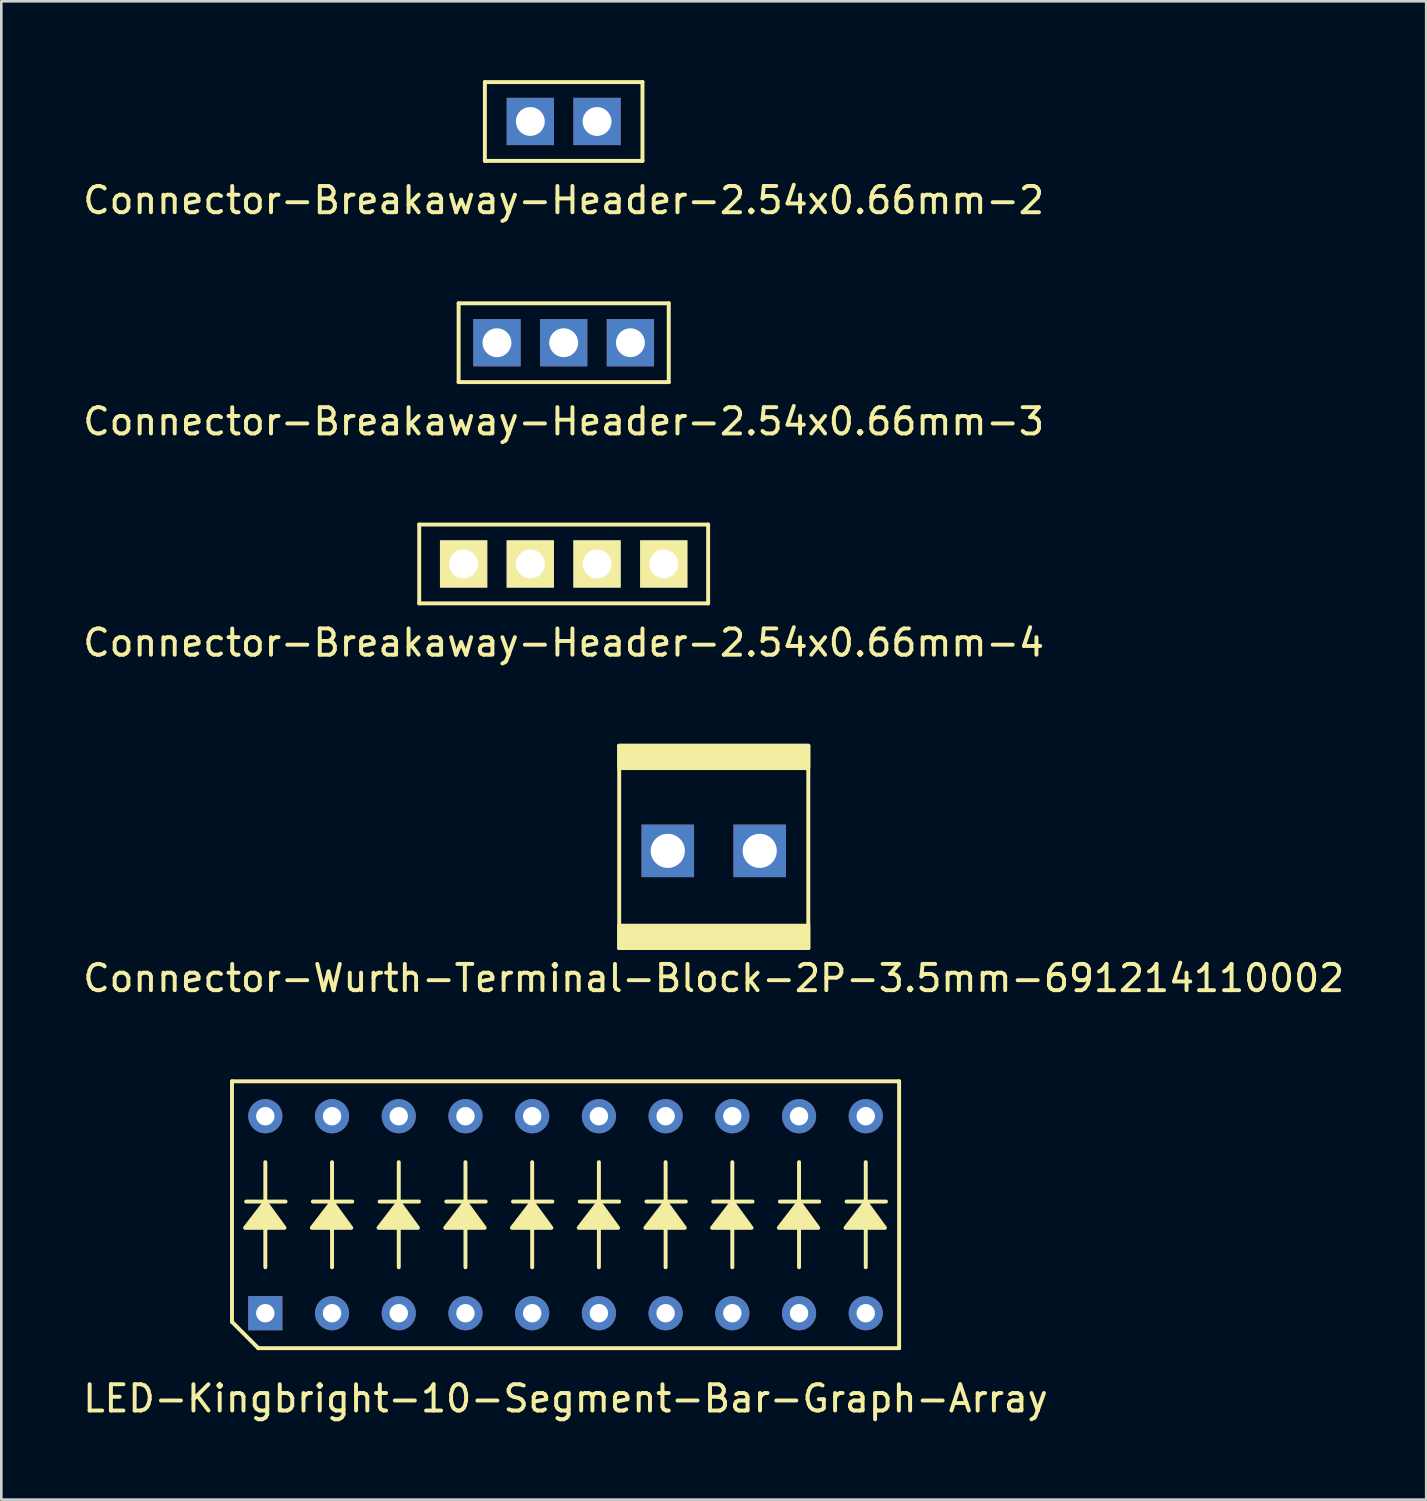
<source format=kicad_pcb>
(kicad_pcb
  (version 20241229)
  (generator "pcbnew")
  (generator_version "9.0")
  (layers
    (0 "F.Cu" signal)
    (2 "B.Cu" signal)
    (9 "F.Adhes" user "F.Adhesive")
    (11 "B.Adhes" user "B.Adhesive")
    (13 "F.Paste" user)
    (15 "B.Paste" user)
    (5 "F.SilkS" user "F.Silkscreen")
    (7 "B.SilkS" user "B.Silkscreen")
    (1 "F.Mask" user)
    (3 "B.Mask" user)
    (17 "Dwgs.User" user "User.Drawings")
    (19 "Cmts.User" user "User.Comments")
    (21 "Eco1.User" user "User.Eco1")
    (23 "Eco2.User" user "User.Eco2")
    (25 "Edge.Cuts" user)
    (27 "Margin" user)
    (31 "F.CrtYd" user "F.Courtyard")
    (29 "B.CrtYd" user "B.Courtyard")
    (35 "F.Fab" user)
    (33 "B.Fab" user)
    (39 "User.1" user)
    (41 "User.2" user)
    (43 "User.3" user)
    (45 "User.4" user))
  (footprint "Connector-Breakaway-Header-2.54x0.66mm-2"
    (layer "F.Cu")
    (at 18.411 1.575)
    (property "Reference" "Connector-Breakaway-Header-2.54x0.66mm-2" (at 0 3 0) (layer "F.SilkS") (effects (font (size 1 1) (thickness 0.15))))
    (attr through_hole)
    (fp_line (start -3 -1.5) (end 3 -1.5) (stroke (width 0.15) (type solid)) (layer "F.SilkS"))
    (fp_line (start -3 1.5) (end -3 -1.5) (stroke (width 0.15) (type solid)) (layer "F.SilkS"))
    (fp_line (start 3 -1.5) (end 3 1.5) (stroke (width 0.15) (type solid)) (layer "F.SilkS"))
    (fp_line (start 3 1.5) (end -3 1.5) (stroke (width 0.15) (type solid)) (layer "F.SilkS"))
    (pad "1" thru_hole rect (at -1.27 0) (size 1.8 1.8) (drill 1.1) (layers "*.Cu" "*.Mask"))
    (pad "2" thru_hole rect (at 1.27 0) (size 1.8 1.8) (drill 1.1) (layers "*.Cu" "*.Mask")))
  (footprint "Connector-Breakaway-Header-2.54x0.66mm-3"
    (layer "F.Cu")
    (at 18.411 9.998)
    (property "Reference" "Connector-Breakaway-Header-2.54x0.66mm-3" (at 0 3 0) (layer "F.SilkS") (effects (font (size 1 1) (thickness 0.15))))
    (attr through_hole)
    (fp_line (start -4 -1.5) (end 4 -1.5) (stroke (width 0.15) (type solid)) (layer "F.SilkS"))
    (fp_line (start -4 1.5) (end -4 -1.5) (stroke (width 0.15) (type solid)) (layer "F.SilkS"))
    (fp_line (start 4 -1.5) (end 4 1.5) (stroke (width 0.15) (type solid)) (layer "F.SilkS"))
    (fp_line (start 4 1.5) (end -4 1.5) (stroke (width 0.15) (type solid)) (layer "F.SilkS"))
    (pad "1" thru_hole rect (at -2.54 0) (size 1.8 1.8) (drill 1.1) (layers "*.Cu" "*.Mask"))
    (pad "2" thru_hole rect (at 0 0) (size 1.8 1.8) (drill 1.1) (layers "*.Cu" "*.Mask"))
    (pad "3" thru_hole rect (at 2.54 0) (size 1.8 1.8) (drill 1.1) (layers "*.Cu" "*.Mask")))
  (footprint "Connector-Wurth-Terminal-Block-2P-3.5mm-691214110002"
    (layer "F.Cu")
    (at 24.125 29.195)
    (property "Reference" "Connector-Wurth-Terminal-Block-2P-3.5mm-691214110002" (at 0 5 0) (layer "F.SilkS") (effects (font (size 1 1) (thickness 0.15))))
    (attr through_hole)
    (fp_line (start -3.6 -3.85) (end 3.6 -3.85) (stroke (width 0.15) (type solid)) (layer "F.SilkS"))
    (fp_line (start -3.6 3.85) (end -3.6 -3.85) (stroke (width 0.15) (type solid)) (layer "F.SilkS"))
    (fp_line (start 3.6 -3.85) (end 3.6 3.85) (stroke (width 0.15) (type solid)) (layer "F.SilkS"))
    (fp_line (start 3.6 3.85) (end -3.6 3.85) (stroke (width 0.15) (type solid)) (layer "F.SilkS"))
    (fp_rect (start -3.6 -3.85) (end 3.6 -3) (stroke (width 0.15) (type solid)) (fill yes) (layer "F.SilkS"))
    (fp_rect (start -3.6 3) (end 3.6 3.85) (stroke (width 0.15) (type solid)) (fill yes) (layer "F.SilkS"))
    (pad "1" thru_hole rect (at -1.75 0.15) (size 2 2) (drill 1.3) (layers "*.Cu" "*.Mask"))
    (pad "2" thru_hole rect (at 1.75 0.15) (size 2 2) (drill 1.3) (layers "*.Cu" "*.Mask")))
  (footprint "LED-Kingbright-10-Segment-Bar-Graph-Array"
    (layer "F.Cu")
    (at 18.482 43.198)
    (property "Reference" "LED-Kingbright-10-Segment-Bar-Graph-Array" (at 0 7 0) (layer "F.SilkS") (effects (font (size 1 1) (thickness 0.15))))
    (attr through_hole)
    (fp_line (start -12.7 -5.08) (end 12.7 -5.08) (stroke (width 0.15) (type solid)) (layer "F.SilkS"))
    (fp_line (start -12.7 4.08) (end -12.7 -5.08) (stroke (width 0.15) (type solid)) (layer "F.SilkS"))
    (fp_line (start -12.7 4.08) (end -11.7 5.08) (stroke (width 0.15) (type default)) (layer "F.SilkS"))
    (fp_line (start -11.43 -2) (end -11.43 2) (stroke (width 0.15) (type default)) (layer "F.SilkS"))
    (fp_line (start -10.66 -0.5) (end -12.16 -0.5) (stroke (width 0.15) (type default)) (layer "F.SilkS"))
    (fp_line (start -8.89 -2) (end -8.89 2) (stroke (width 0.15) (type default)) (layer "F.SilkS"))
    (fp_line (start -8.12 -0.5) (end -9.62 -0.5) (stroke (width 0.15) (type default)) (layer "F.SilkS"))
    (fp_line (start -6.35 -2) (end -6.35 2) (stroke (width 0.15) (type default)) (layer "F.SilkS"))
    (fp_line (start -5.58 -0.5) (end -7.08 -0.5) (stroke (width 0.15) (type default)) (layer "F.SilkS"))
    (fp_line (start -3.81 -2) (end -3.81 2) (stroke (width 0.15) (type default)) (layer "F.SilkS"))
    (fp_line (start -3.04 -0.5) (end -4.54 -0.5) (stroke (width 0.15) (type default)) (layer "F.SilkS"))
    (fp_line (start -1.27 -2) (end -1.27 2) (stroke (width 0.15) (type default)) (layer "F.SilkS"))
    (fp_line (start -0.5 -0.5) (end -2 -0.5) (stroke (width 0.15) (type default)) (layer "F.SilkS"))
    (fp_line (start 1.27 -2) (end 1.27 2) (stroke (width 0.15) (type default)) (layer "F.SilkS"))
    (fp_line (start 2.04 -0.5) (end 0.54 -0.5) (stroke (width 0.15) (type default)) (layer "F.SilkS"))
    (fp_line (start 3.81 -2) (end 3.81 2) (stroke (width 0.15) (type default)) (layer "F.SilkS"))
    (fp_line (start 4.58 -0.5) (end 3.08 -0.5) (stroke (width 0.15) (type default)) (layer "F.SilkS"))
    (fp_line (start 6.35 -2) (end 6.35 2) (stroke (width 0.15) (type default)) (layer "F.SilkS"))
    (fp_line (start 7.12 -0.5) (end 5.62 -0.5) (stroke (width 0.15) (type default)) (layer "F.SilkS"))
    (fp_line (start 8.89 -2) (end 8.89 2) (stroke (width 0.15) (type default)) (layer "F.SilkS"))
    (fp_line (start 9.66 -0.5) (end 8.16 -0.5) (stroke (width 0.15) (type default)) (layer "F.SilkS"))
    (fp_line (start 11.43 -2) (end 11.43 2) (stroke (width 0.15) (type default)) (layer "F.SilkS"))
    (fp_line (start 12.2 -0.5) (end 10.7 -0.5) (stroke (width 0.15) (type default)) (layer "F.SilkS"))
    (fp_line (start 12.7 -5.08) (end 12.7 5.08) (stroke (width 0.15) (type solid)) (layer "F.SilkS"))
    (fp_line (start 12.7 5.08) (end -11.7 5.08) (stroke (width 0.15) (type solid)) (layer "F.SilkS"))
    (fp_poly (pts (xy -11.43 -0.5) (xy -10.7 0.5) (xy -12.2 0.5)) (stroke (width 0.15) (type solid)) (fill yes) (layer "F.SilkS"))
    (fp_poly (pts (xy -8.89 -0.5) (xy -8.16 0.5) (xy -9.66 0.5)) (stroke (width 0.15) (type solid)) (fill yes) (layer "F.SilkS"))
    (fp_poly (pts (xy -6.35 -0.5) (xy -5.62 0.5) (xy -7.12 0.5)) (stroke (width 0.15) (type solid)) (fill yes) (layer "F.SilkS"))
    (fp_poly (pts (xy -3.81 -0.5) (xy -3.08 0.5) (xy -4.58 0.5)) (stroke (width 0.15) (type solid)) (fill yes) (layer "F.SilkS"))
    (fp_poly (pts (xy -1.27 -0.5) (xy -0.54 0.5) (xy -2.04 0.5)) (stroke (width 0.15) (type solid)) (fill yes) (layer "F.SilkS"))
    (fp_poly (pts (xy 1.27 -0.5) (xy 2 0.5) (xy 0.5 0.5)) (stroke (width 0.15) (type solid)) (fill yes) (layer "F.SilkS"))
    (fp_poly (pts (xy 3.81 -0.5) (xy 4.54 0.5) (xy 3.04 0.5)) (stroke (width 0.15) (type solid)) (fill yes) (layer "F.SilkS"))
    (fp_poly (pts (xy 6.35 -0.5) (xy 7.08 0.5) (xy 5.58 0.5)) (stroke (width 0.15) (type solid)) (fill yes) (layer "F.SilkS"))
    (fp_poly (pts (xy 8.89 -0.5) (xy 9.62 0.5) (xy 8.12 0.5)) (stroke (width 0.15) (type solid)) (fill yes) (layer "F.SilkS"))
    (fp_poly (pts (xy 11.43 -0.5) (xy 12.16 0.5) (xy 10.66 0.5)) (stroke (width 0.15) (type solid)) (fill yes) (layer "F.SilkS"))
    (pad "1" thru_hole rect (at -11.43 3.75) (size 1.3 1.3) (drill 0.7) (layers "*.Cu" "*.Mask"))
    (pad "2" thru_hole circle (at -8.89 3.75) (size 1.3 1.3) (drill 0.7) (layers "*.Cu" "*.Mask"))
    (pad "3" thru_hole circle (at -6.35 3.75) (size 1.3 1.3) (drill 0.7) (layers "*.Cu" "*.Mask"))
    (pad "4" thru_hole circle (at -3.81 3.75) (size 1.3 1.3) (drill 0.7) (layers "*.Cu" "*.Mask"))
    (pad "5" thru_hole circle (at -1.27 3.75) (size 1.3 1.3) (drill 0.7) (layers "*.Cu" "*.Mask"))
    (pad "6" thru_hole circle (at 1.27 3.75) (size 1.3 1.3) (drill 0.7) (layers "*.Cu" "*.Mask"))
    (pad "7" thru_hole circle (at 3.81 3.75) (size 1.3 1.3) (drill 0.7) (layers "*.Cu" "*.Mask"))
    (pad "8" thru_hole circle (at 6.35 3.75) (size 1.3 1.3) (drill 0.7) (layers "*.Cu" "*.Mask"))
    (pad "9" thru_hole circle (at 8.89 3.75) (size 1.3 1.3) (drill 0.7) (layers "*.Cu" "*.Mask"))
    (pad "10" thru_hole circle (at 11.43 3.75) (size 1.3 1.3) (drill 0.7) (layers "*.Cu" "*.Mask"))
    (pad "11" thru_hole circle (at 11.43 -3.75) (size 1.3 1.3) (drill 0.7) (layers "*.Cu" "*.Mask"))
    (pad "12" thru_hole circle (at 8.89 -3.75) (size 1.3 1.3) (drill 0.7) (layers "*.Cu" "*.Mask"))
    (pad "13" thru_hole circle (at 6.35 -3.75) (size 1.3 1.3) (drill 0.7) (layers "*.Cu" "*.Mask"))
    (pad "14" thru_hole circle (at 3.81 -3.75) (size 1.3 1.3) (drill 0.7) (layers "*.Cu" "*.Mask"))
    (pad "15" thru_hole circle (at 1.27 -3.75) (size 1.3 1.3) (drill 0.7) (layers "*.Cu" "*.Mask"))
    (pad "16" thru_hole circle (at -1.27 -3.75) (size 1.3 1.3) (drill 0.7) (layers "*.Cu" "*.Mask"))
    (pad "17" thru_hole circle (at -3.81 -3.75) (size 1.3 1.3) (drill 0.7) (layers "*.Cu" "*.Mask"))
    (pad "18" thru_hole circle (at -6.35 -3.75) (size 1.3 1.3) (drill 0.7) (layers "*.Cu" "*.Mask"))
    (pad "19" thru_hole circle (at -8.89 -3.75) (size 1.3 1.3) (drill 0.7) (layers "*.Cu" "*.Mask"))
    (pad "20" thru_hole circle (at -11.43 -3.75) (size 1.3 1.3) (drill 0.7) (layers "*.Cu" "*.Mask")))
  (footprint "Connector-Breakaway-Header-2.54x0.66mm-4"
    (layer "F.Cu")
    (at 18.411 18.422)
    (property "Reference" "Connector-Breakaway-Header-2.54x0.66mm-4" (at 0 3 0) (layer "F.SilkS") (effects (font (size 1 1) (thickness 0.15))))
    (attr through_hole)
    (fp_line (start -5.5 -1.5) (end 5.5 -1.5) (stroke (width 0.15) (type solid)) (layer "F.SilkS"))
    (fp_line (start -5.5 1.5) (end -5.5 -1.5) (stroke (width 0.15) (type solid)) (layer "F.SilkS"))
    (fp_line (start 5.5 -1.5) (end 5.5 1.5) (stroke (width 0.15) (type solid)) (layer "F.SilkS"))
    (fp_line (start 5.5 1.5) (end -5.5 1.5) (stroke (width 0.15) (type solid)) (layer "F.SilkS"))
    (pad "1" thru_hole rect (at -3.81 0) (size 1.8 1.8) (drill 1.1) (layers "*.Cu" "*.Mask" "F.SilkS"))
    (pad "2" thru_hole rect (at -1.27 0) (size 1.8 1.8) (drill 1.1) (layers "*.Cu" "*.Mask" "F.SilkS"))
    (pad "3" thru_hole rect (at 1.27 0) (size 1.8 1.8) (drill 1.1) (layers "*.Cu" "*.Mask" "F.SilkS"))
    (pad "4" thru_hole rect (at 3.81 0) (size 1.8 1.8) (drill 1.1) (layers "*.Cu" "*.Mask" "F.SilkS")))
  (gr_rect
    (start -3 -3)
    (end 51.25 54.046)
    (stroke (width 0.1) (type default))
    (fill no)
    (layer "Edge.Cuts")))
</source>
